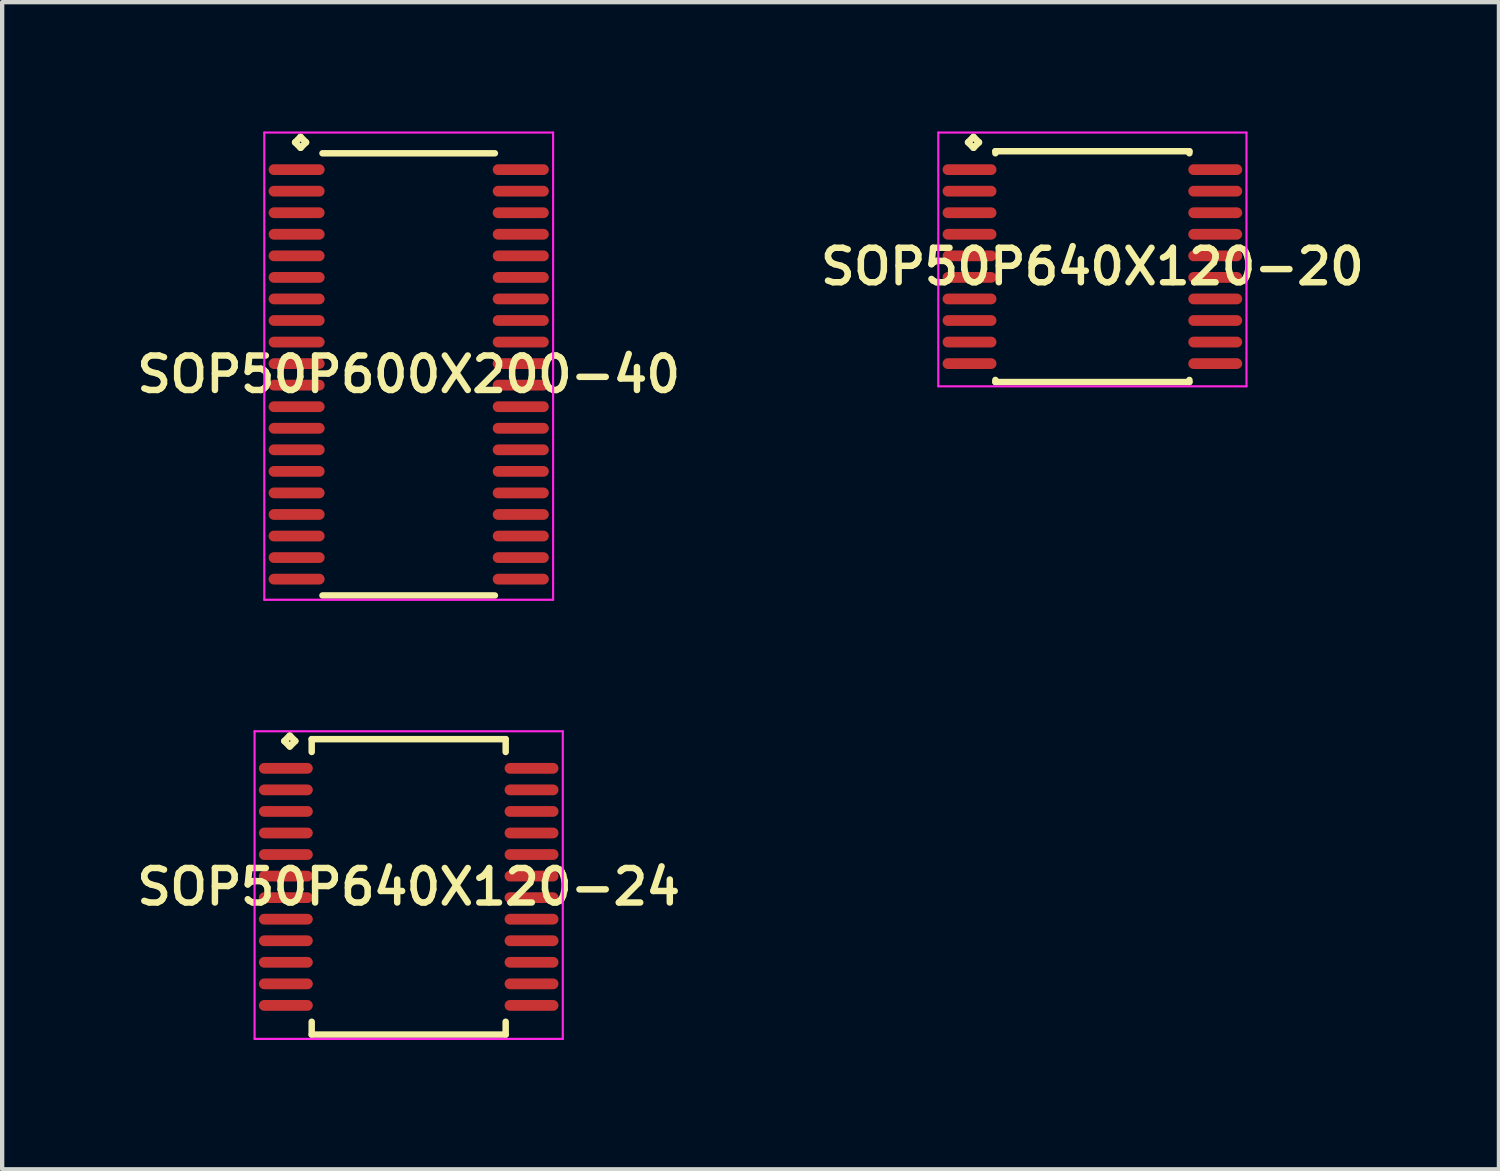
<source format=kicad_pcb>
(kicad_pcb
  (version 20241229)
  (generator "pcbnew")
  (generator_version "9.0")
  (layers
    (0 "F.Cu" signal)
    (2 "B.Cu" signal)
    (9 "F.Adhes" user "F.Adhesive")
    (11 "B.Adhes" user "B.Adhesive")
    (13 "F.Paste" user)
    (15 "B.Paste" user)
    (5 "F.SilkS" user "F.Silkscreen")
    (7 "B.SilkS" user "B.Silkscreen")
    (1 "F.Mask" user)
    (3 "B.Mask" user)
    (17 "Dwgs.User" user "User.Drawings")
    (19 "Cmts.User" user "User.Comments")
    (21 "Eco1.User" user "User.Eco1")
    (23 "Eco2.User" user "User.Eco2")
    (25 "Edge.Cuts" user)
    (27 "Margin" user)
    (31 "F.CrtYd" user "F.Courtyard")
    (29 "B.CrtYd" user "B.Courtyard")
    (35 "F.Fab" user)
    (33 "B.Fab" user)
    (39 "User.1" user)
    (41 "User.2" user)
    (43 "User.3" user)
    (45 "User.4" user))
  (footprint "SOP50P640X120-24"
    (layer "F.Cu")
    (at 6.431 17.524)
    (property "Reference" "SOP50P640X120-24" (at 0 0 0) (layer "F.SilkS") (effects (font (size 0.8 0.8) (thickness 0.15))))
    (attr smd)
    (fp_line (start -2.885 -3.383) (end -2.758 -3.51) (stroke (width 0.15) (type solid)) (layer "F.SilkS"))
    (fp_line (start -2.758 -3.51) (end -2.631 -3.383) (stroke (width 0.15) (type solid)) (layer "F.SilkS"))
    (fp_line (start -2.758 -3.256) (end -2.885 -3.383) (stroke (width 0.15) (type solid)) (layer "F.SilkS"))
    (fp_line (start -2.631 -3.383) (end -2.758 -3.256) (stroke (width 0.15) (type solid)) (layer "F.SilkS"))
    (fp_line (start -2.25 -3.427) (end 2.25 -3.427) (stroke (width 0.15) (type solid)) (layer "F.SilkS"))
    (fp_line (start -2.25 -3.129) (end -2.25 -3.427) (stroke (width 0.15) (type solid)) (layer "F.SilkS"))
    (fp_line (start -2.25 3.129) (end -2.25 3.427) (stroke (width 0.15) (type solid)) (layer "F.SilkS"))
    (fp_line (start -2.25 3.427) (end 2.25 3.427) (stroke (width 0.15) (type solid)) (layer "F.SilkS"))
    (fp_line (start 2.25 -3.427) (end 2.25 -3.129) (stroke (width 0.15) (type solid)) (layer "F.SilkS"))
    (fp_line (start 2.25 3.427) (end 2.25 3.129) (stroke (width 0.15) (type solid)) (layer "F.SilkS"))
    (fp_line (start -3.575 -3.61) (end 3.575 -3.61) (stroke (width 0.05) (type solid)) (layer "F.CrtYd"))
    (fp_line (start -3.575 3.527) (end -3.575 -3.61) (stroke (width 0.05) (type solid)) (layer "F.CrtYd"))
    (fp_line (start 3.575 -3.61) (end 3.575 3.527) (stroke (width 0.05) (type solid)) (layer "F.CrtYd"))
    (fp_line (start 3.575 3.527) (end -3.575 3.527) (stroke (width 0.05) (type solid)) (layer "F.CrtYd"))
    (pad "1" smd oval (at -2.85 -2.75) (size 1.25 0.25) (layers "F.Cu" "F.Mask" "F.Paste"))
    (pad "2" smd oval (at -2.85 -2.25) (size 1.25 0.25) (layers "F.Cu" "F.Mask" "F.Paste"))
    (pad "3" smd oval (at -2.85 -1.75) (size 1.25 0.25) (layers "F.Cu" "F.Mask" "F.Paste"))
    (pad "4" smd oval (at -2.85 -1.25) (size 1.25 0.25) (layers "F.Cu" "F.Mask" "F.Paste"))
    (pad "5" smd oval (at -2.85 -0.75) (size 1.25 0.25) (layers "F.Cu" "F.Mask" "F.Paste"))
    (pad "6" smd oval (at -2.85 -0.25) (size 1.25 0.25) (layers "F.Cu" "F.Mask" "F.Paste"))
    (pad "7" smd oval (at -2.85 0.25) (size 1.25 0.25) (layers "F.Cu" "F.Mask" "F.Paste"))
    (pad "8" smd oval (at -2.85 0.75) (size 1.25 0.25) (layers "F.Cu" "F.Mask" "F.Paste"))
    (pad "9" smd oval (at -2.85 1.25) (size 1.25 0.25) (layers "F.Cu" "F.Mask" "F.Paste"))
    (pad "10" smd oval (at -2.85 1.75) (size 1.25 0.25) (layers "F.Cu" "F.Mask" "F.Paste"))
    (pad "11" smd oval (at -2.85 2.25) (size 1.25 0.25) (layers "F.Cu" "F.Mask" "F.Paste"))
    (pad "12" smd oval (at -2.85 2.75) (size 1.25 0.25) (layers "F.Cu" "F.Mask" "F.Paste"))
    (pad "13" smd oval (at 2.85 2.75) (size 1.25 0.25) (layers "F.Cu" "F.Mask" "F.Paste"))
    (pad "14" smd oval (at 2.85 2.25) (size 1.25 0.25) (layers "F.Cu" "F.Mask" "F.Paste"))
    (pad "15" smd oval (at 2.85 1.75) (size 1.25 0.25) (layers "F.Cu" "F.Mask" "F.Paste"))
    (pad "16" smd oval (at 2.85 1.25) (size 1.25 0.25) (layers "F.Cu" "F.Mask" "F.Paste"))
    (pad "17" smd oval (at 2.85 0.75) (size 1.25 0.25) (layers "F.Cu" "F.Mask" "F.Paste"))
    (pad "18" smd oval (at 2.85 0.25) (size 1.25 0.25) (layers "F.Cu" "F.Mask" "F.Paste"))
    (pad "19" smd oval (at 2.85 -0.25) (size 1.25 0.25) (layers "F.Cu" "F.Mask" "F.Paste"))
    (pad "20" smd oval (at 2.85 -0.75) (size 1.25 0.25) (layers "F.Cu" "F.Mask" "F.Paste"))
    (pad "21" smd oval (at 2.85 -1.25) (size 1.25 0.25) (layers "F.Cu" "F.Mask" "F.Paste"))
    (pad "22" smd oval (at 2.85 -1.75) (size 1.25 0.25) (layers "F.Cu" "F.Mask" "F.Paste"))
    (pad "23" smd oval (at 2.85 -2.25) (size 1.25 0.25) (layers "F.Cu" "F.Mask" "F.Paste"))
    (pad "24" smd oval (at 2.85 -2.75) (size 1.25 0.25) (layers "F.Cu" "F.Mask" "F.Paste")))
  (footprint "SOP50P640X120-20"
    (layer "F.Cu")
    (at 22.292 3.135)
    (property "Reference" "SOP50P640X120-20" (at 0 0 0) (layer "F.SilkS") (effects (font (size 0.8 0.8) (thickness 0.15))))
    (attr smd)
    (fp_line (start -2.885 -2.883) (end -2.758 -3.01) (stroke (width 0.15) (type solid)) (layer "F.SilkS"))
    (fp_line (start -2.758 -3.01) (end -2.631 -2.883) (stroke (width 0.15) (type solid)) (layer "F.SilkS"))
    (fp_line (start -2.758 -2.756) (end -2.885 -2.883) (stroke (width 0.15) (type solid)) (layer "F.SilkS"))
    (fp_line (start -2.631 -2.883) (end -2.758 -2.756) (stroke (width 0.15) (type solid)) (layer "F.SilkS"))
    (fp_line (start -2.25 -2.677) (end 2.25 -2.677) (stroke (width 0.15) (type solid)) (layer "F.SilkS"))
    (fp_line (start -2.25 -2.629) (end -2.25 -2.677) (stroke (width 0.15) (type solid)) (layer "F.SilkS"))
    (fp_line (start -2.25 2.629) (end -2.25 2.677) (stroke (width 0.15) (type solid)) (layer "F.SilkS"))
    (fp_line (start -2.25 2.677) (end 2.25 2.677) (stroke (width 0.15) (type solid)) (layer "F.SilkS"))
    (fp_line (start 2.25 -2.677) (end 2.25 -2.629) (stroke (width 0.15) (type solid)) (layer "F.SilkS"))
    (fp_line (start 2.25 2.677) (end 2.25 2.629) (stroke (width 0.15) (type solid)) (layer "F.SilkS"))
    (fp_line (start -3.575 -3.11) (end 3.575 -3.11) (stroke (width 0.05) (type solid)) (layer "F.CrtYd"))
    (fp_line (start -3.575 2.777) (end -3.575 -3.11) (stroke (width 0.05) (type solid)) (layer "F.CrtYd"))
    (fp_line (start 3.575 -3.11) (end 3.575 2.777) (stroke (width 0.05) (type solid)) (layer "F.CrtYd"))
    (fp_line (start 3.575 2.777) (end -3.575 2.777) (stroke (width 0.05) (type solid)) (layer "F.CrtYd"))
    (pad "1" smd oval (at -2.85 -2.25) (size 1.25 0.25) (layers "F.Cu" "F.Mask" "F.Paste"))
    (pad "2" smd oval (at -2.85 -1.75) (size 1.25 0.25) (layers "F.Cu" "F.Mask" "F.Paste"))
    (pad "3" smd oval (at -2.85 -1.25) (size 1.25 0.25) (layers "F.Cu" "F.Mask" "F.Paste"))
    (pad "4" smd oval (at -2.85 -0.75) (size 1.25 0.25) (layers "F.Cu" "F.Mask" "F.Paste"))
    (pad "5" smd oval (at -2.85 -0.25) (size 1.25 0.25) (layers "F.Cu" "F.Mask" "F.Paste"))
    (pad "6" smd oval (at -2.85 0.25) (size 1.25 0.25) (layers "F.Cu" "F.Mask" "F.Paste"))
    (pad "7" smd oval (at -2.85 0.75) (size 1.25 0.25) (layers "F.Cu" "F.Mask" "F.Paste"))
    (pad "8" smd oval (at -2.85 1.25) (size 1.25 0.25) (layers "F.Cu" "F.Mask" "F.Paste"))
    (pad "9" smd oval (at -2.85 1.75) (size 1.25 0.25) (layers "F.Cu" "F.Mask" "F.Paste"))
    (pad "10" smd oval (at -2.85 2.25) (size 1.25 0.25) (layers "F.Cu" "F.Mask" "F.Paste"))
    (pad "11" smd oval (at 2.85 2.25) (size 1.25 0.25) (layers "F.Cu" "F.Mask" "F.Paste"))
    (pad "12" smd oval (at 2.85 1.75) (size 1.25 0.25) (layers "F.Cu" "F.Mask" "F.Paste"))
    (pad "13" smd oval (at 2.85 1.25) (size 1.25 0.25) (layers "F.Cu" "F.Mask" "F.Paste"))
    (pad "14" smd oval (at 2.85 0.75) (size 1.25 0.25) (layers "F.Cu" "F.Mask" "F.Paste"))
    (pad "15" smd oval (at 2.85 0.25) (size 1.25 0.25) (layers "F.Cu" "F.Mask" "F.Paste"))
    (pad "16" smd oval (at 2.85 -0.25) (size 1.25 0.25) (layers "F.Cu" "F.Mask" "F.Paste"))
    (pad "17" smd oval (at 2.85 -0.75) (size 1.25 0.25) (layers "F.Cu" "F.Mask" "F.Paste"))
    (pad "18" smd oval (at 2.85 -1.25) (size 1.25 0.25) (layers "F.Cu" "F.Mask" "F.Paste"))
    (pad "19" smd oval (at 2.85 -1.75) (size 1.25 0.25) (layers "F.Cu" "F.Mask" "F.Paste"))
    (pad "20" smd oval (at 2.85 -2.25) (size 1.25 0.25) (layers "F.Cu" "F.Mask" "F.Paste")))
  (footprint "SOP50P600X200-40"
    (layer "F.Cu")
    (at 6.431 5.635)
    (property "Reference" "SOP50P600X200-40" (at 0 0 0) (layer "F.SilkS") (effects (font (size 0.8 0.8) (thickness 0.15))))
    (attr smd)
    (fp_line (start -2.635 -5.383) (end -2.508 -5.51) (stroke (width 0.15) (type solid)) (layer "F.SilkS"))
    (fp_line (start -2.508 -5.51) (end -2.381 -5.383) (stroke (width 0.15) (type solid)) (layer "F.SilkS"))
    (fp_line (start -2.508 -5.256) (end -2.635 -5.383) (stroke (width 0.15) (type solid)) (layer "F.SilkS"))
    (fp_line (start -2.381 -5.383) (end -2.508 -5.256) (stroke (width 0.15) (type solid)) (layer "F.SilkS"))
    (fp_line (start -2 -5.129) (end 2 -5.129) (stroke (width 0.15) (type solid)) (layer "F.SilkS"))
    (fp_line (start -2 5.129) (end 2 5.129) (stroke (width 0.15) (type solid)) (layer "F.SilkS"))
    (fp_line (start -3.35 -5.61) (end 3.35 -5.61) (stroke (width 0.05) (type solid)) (layer "F.CrtYd"))
    (fp_line (start -3.35 5.229) (end -3.35 -5.61) (stroke (width 0.05) (type solid)) (layer "F.CrtYd"))
    (fp_line (start 3.35 -5.61) (end 3.35 5.229) (stroke (width 0.05) (type solid)) (layer "F.CrtYd"))
    (fp_line (start 3.35 5.229) (end -3.35 5.229) (stroke (width 0.05) (type solid)) (layer "F.CrtYd"))
    (pad "1" smd oval (at -2.6 -4.75) (size 1.3 0.25) (layers "F.Cu" "F.Mask" "F.Paste"))
    (pad "2" smd oval (at -2.6 -4.25) (size 1.3 0.25) (layers "F.Cu" "F.Mask" "F.Paste"))
    (pad "3" smd oval (at -2.6 -3.75) (size 1.3 0.25) (layers "F.Cu" "F.Mask" "F.Paste"))
    (pad "4" smd oval (at -2.6 -3.25) (size 1.3 0.25) (layers "F.Cu" "F.Mask" "F.Paste"))
    (pad "5" smd oval (at -2.6 -2.75) (size 1.3 0.25) (layers "F.Cu" "F.Mask" "F.Paste"))
    (pad "6" smd oval (at -2.6 -2.25) (size 1.3 0.25) (layers "F.Cu" "F.Mask" "F.Paste"))
    (pad "7" smd oval (at -2.6 -1.75) (size 1.3 0.25) (layers "F.Cu" "F.Mask" "F.Paste"))
    (pad "8" smd oval (at -2.6 -1.25) (size 1.3 0.25) (layers "F.Cu" "F.Mask" "F.Paste"))
    (pad "9" smd oval (at -2.6 -0.75) (size 1.3 0.25) (layers "F.Cu" "F.Mask" "F.Paste"))
    (pad "10" smd oval (at -2.6 -0.25) (size 1.3 0.25) (layers "F.Cu" "F.Mask" "F.Paste"))
    (pad "11" smd oval (at -2.6 0.25) (size 1.3 0.25) (layers "F.Cu" "F.Mask" "F.Paste"))
    (pad "12" smd oval (at -2.6 0.75) (size 1.3 0.25) (layers "F.Cu" "F.Mask" "F.Paste"))
    (pad "13" smd oval (at -2.6 1.25) (size 1.3 0.25) (layers "F.Cu" "F.Mask" "F.Paste"))
    (pad "14" smd oval (at -2.6 1.75) (size 1.3 0.25) (layers "F.Cu" "F.Mask" "F.Paste"))
    (pad "15" smd oval (at -2.6 2.25) (size 1.3 0.25) (layers "F.Cu" "F.Mask" "F.Paste"))
    (pad "16" smd oval (at -2.6 2.75) (size 1.3 0.25) (layers "F.Cu" "F.Mask" "F.Paste"))
    (pad "17" smd oval (at -2.6 3.25) (size 1.3 0.25) (layers "F.Cu" "F.Mask" "F.Paste"))
    (pad "18" smd oval (at -2.6 3.75) (size 1.3 0.25) (layers "F.Cu" "F.Mask" "F.Paste"))
    (pad "19" smd oval (at -2.6 4.25) (size 1.3 0.25) (layers "F.Cu" "F.Mask" "F.Paste"))
    (pad "20" smd oval (at -2.6 4.75) (size 1.3 0.25) (layers "F.Cu" "F.Mask" "F.Paste"))
    (pad "21" smd oval (at 2.6 4.75) (size 1.3 0.25) (layers "F.Cu" "F.Mask" "F.Paste"))
    (pad "22" smd oval (at 2.6 4.25) (size 1.3 0.25) (layers "F.Cu" "F.Mask" "F.Paste"))
    (pad "23" smd oval (at 2.6 3.75) (size 1.3 0.25) (layers "F.Cu" "F.Mask" "F.Paste"))
    (pad "24" smd oval (at 2.6 3.25) (size 1.3 0.25) (layers "F.Cu" "F.Mask" "F.Paste"))
    (pad "25" smd oval (at 2.6 2.75) (size 1.3 0.25) (layers "F.Cu" "F.Mask" "F.Paste"))
    (pad "26" smd oval (at 2.6 2.25) (size 1.3 0.25) (layers "F.Cu" "F.Mask" "F.Paste"))
    (pad "27" smd oval (at 2.6 1.75) (size 1.3 0.25) (layers "F.Cu" "F.Mask" "F.Paste"))
    (pad "28" smd oval (at 2.6 1.25) (size 1.3 0.25) (layers "F.Cu" "F.Mask" "F.Paste"))
    (pad "29" smd oval (at 2.6 0.75) (size 1.3 0.25) (layers "F.Cu" "F.Mask" "F.Paste"))
    (pad "30" smd oval (at 2.6 0.25) (size 1.3 0.25) (layers "F.Cu" "F.Mask" "F.Paste"))
    (pad "31" smd oval (at 2.6 -0.25) (size 1.3 0.25) (layers "F.Cu" "F.Mask" "F.Paste"))
    (pad "32" smd oval (at 2.6 -0.75) (size 1.3 0.25) (layers "F.Cu" "F.Mask" "F.Paste"))
    (pad "33" smd oval (at 2.6 -1.25) (size 1.3 0.25) (layers "F.Cu" "F.Mask" "F.Paste"))
    (pad "34" smd oval (at 2.6 -1.75) (size 1.3 0.25) (layers "F.Cu" "F.Mask" "F.Paste"))
    (pad "35" smd oval (at 2.6 -2.25) (size 1.3 0.25) (layers "F.Cu" "F.Mask" "F.Paste"))
    (pad "36" smd oval (at 2.6 -2.75) (size 1.3 0.25) (layers "F.Cu" "F.Mask" "F.Paste"))
    (pad "37" smd oval (at 2.6 -3.25) (size 1.3 0.25) (layers "F.Cu" "F.Mask" "F.Paste"))
    (pad "38" smd oval (at 2.6 -3.75) (size 1.3 0.25) (layers "F.Cu" "F.Mask" "F.Paste"))
    (pad "39" smd oval (at 2.6 -4.25) (size 1.3 0.25) (layers "F.Cu" "F.Mask" "F.Paste"))
    (pad "40" smd oval (at 2.6 -4.75) (size 1.3 0.25) (layers "F.Cu" "F.Mask" "F.Paste")))
  (gr_rect
    (start -3 -3)
    (end 31.723 24.076)
    (stroke (width 0.1) (type default))
    (fill no)
    (layer "Edge.Cuts")))
</source>
